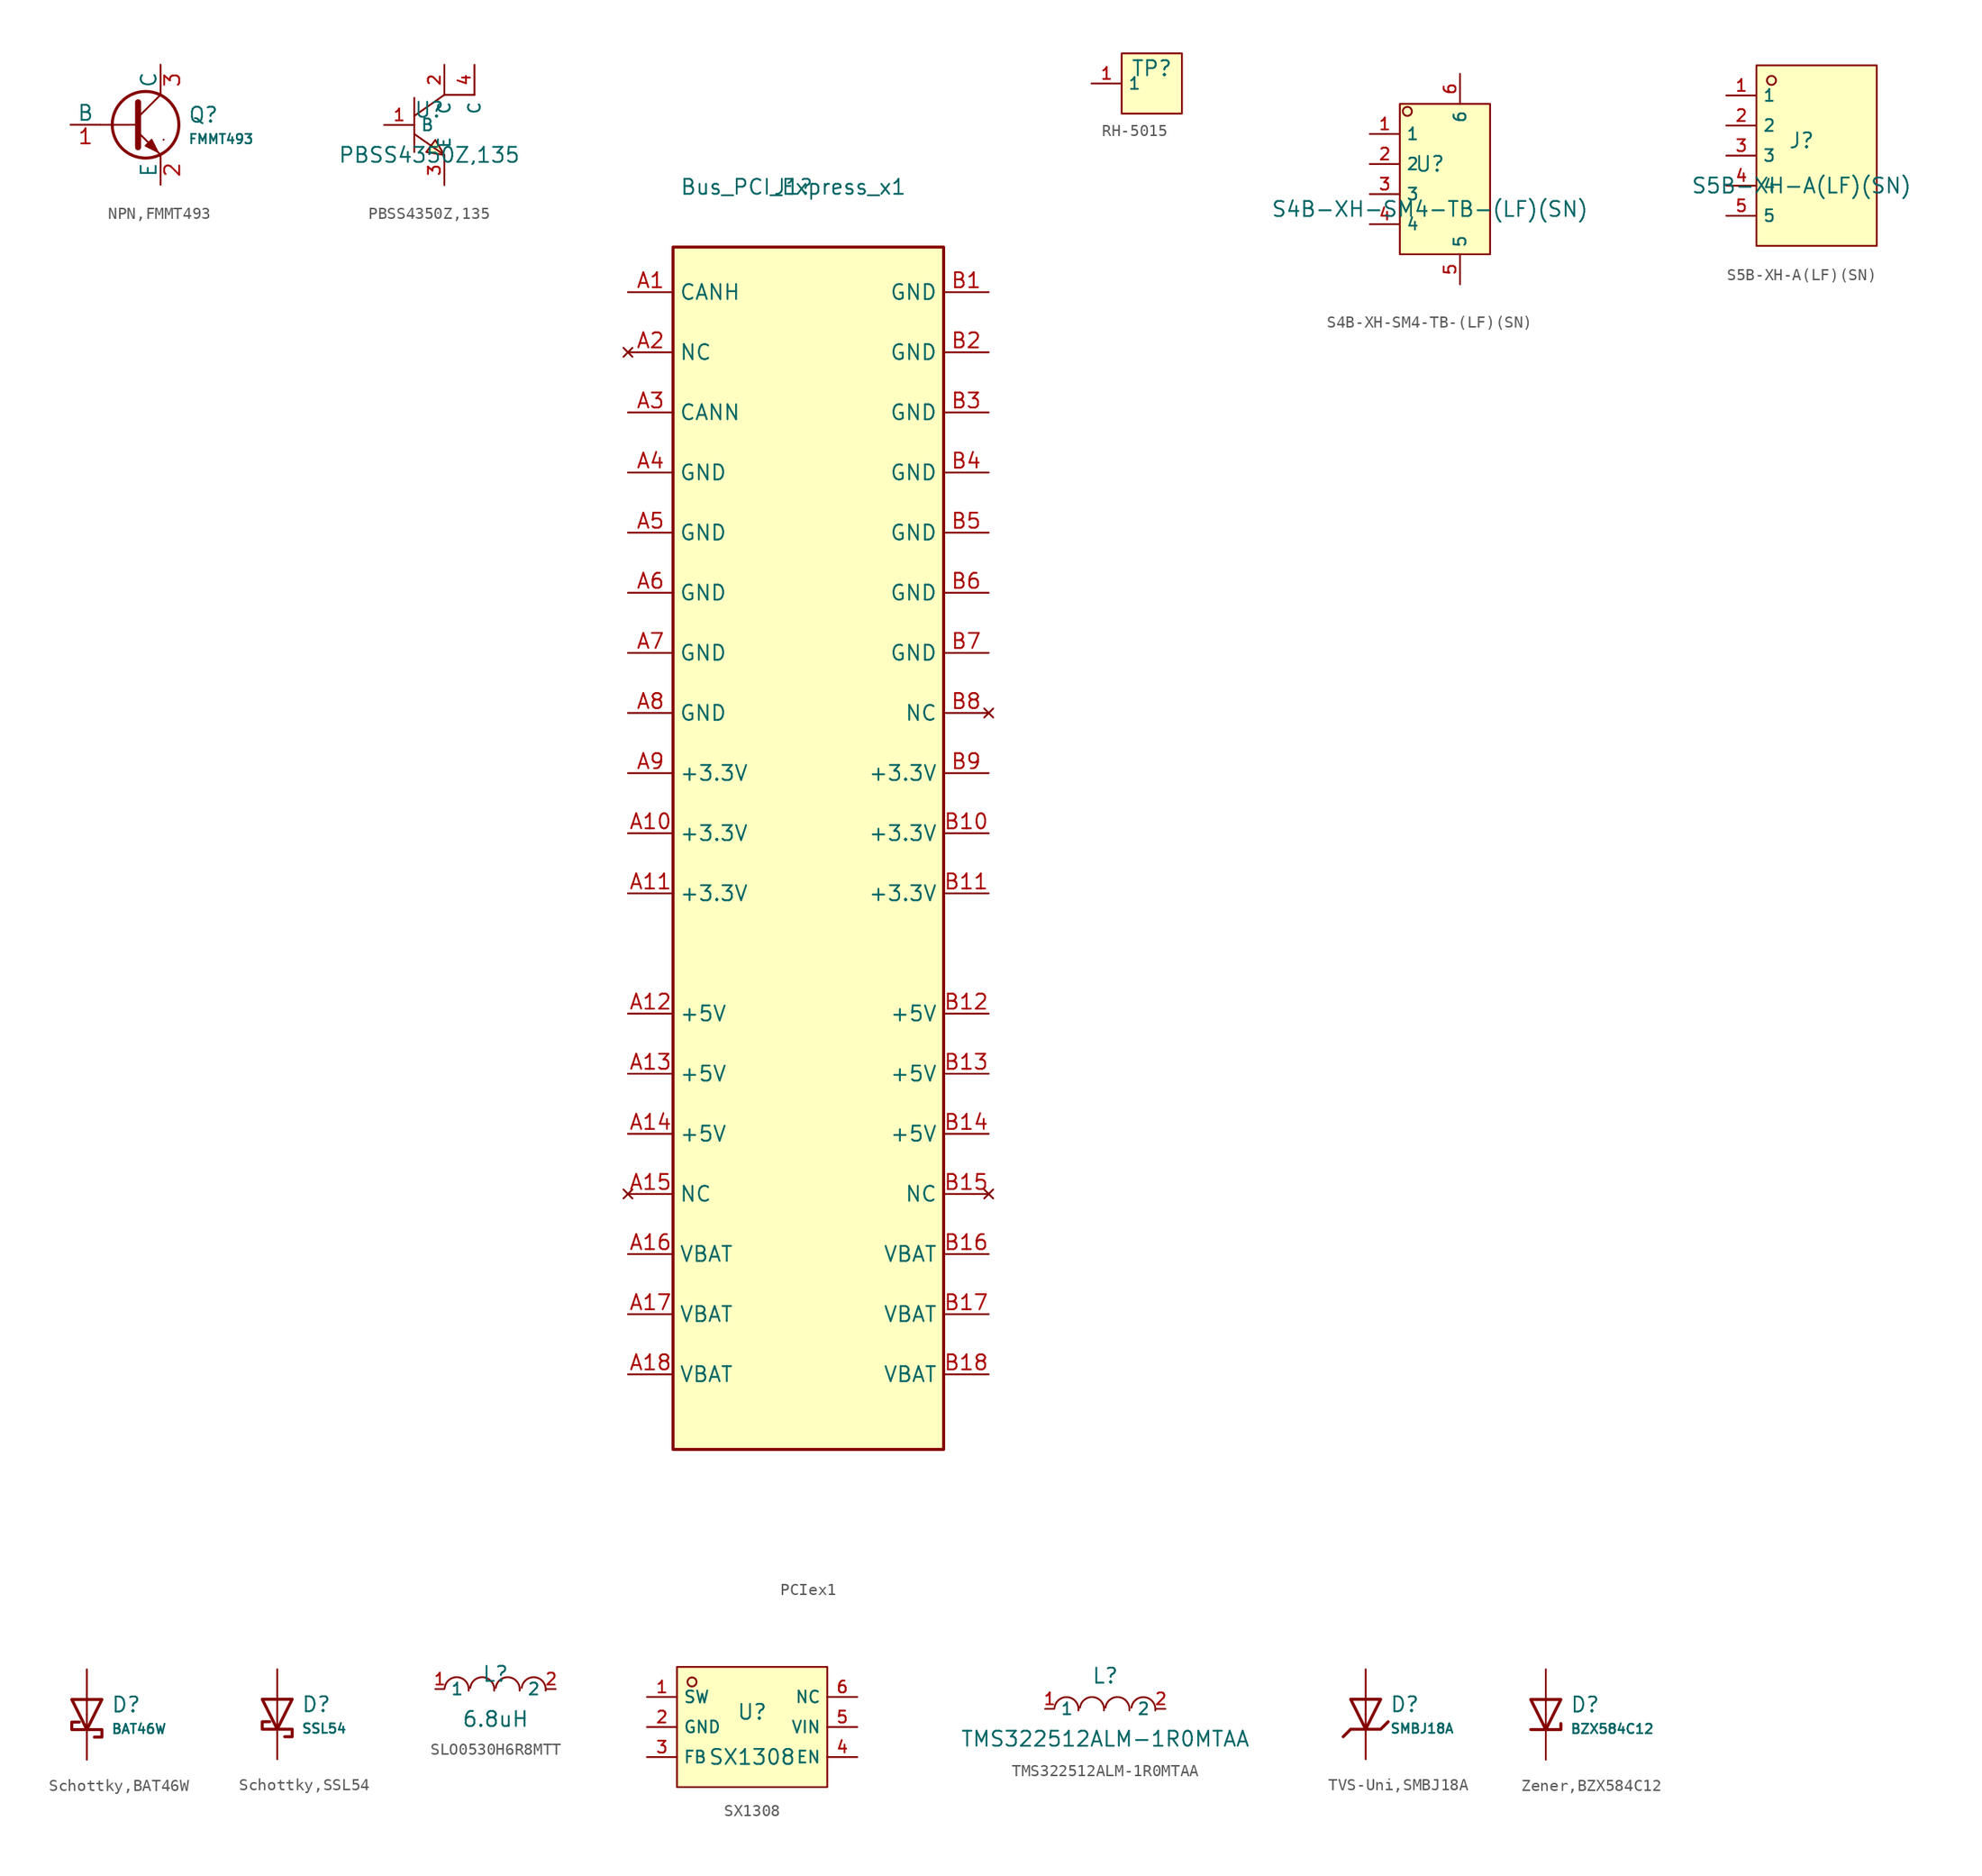
<source format=kicad_sym>
(kicad_symbol_lib
  (version 20241209)
  (generator "kicad_symbol_editor")
  (generator_version "9.0")
  (symbol "NPN,FMMT493"
    (pin_names
      (offset 0))
    (property "Reference" "Q"
      (at 4.851 0.834 0)
      (effects (font (size 1.27 1.27)) (justify left)))
    (property "Value" "FMMT493"
      (at 4.851 -1.212 0)
      (effects (font (size 0.8 0.8)) (justify left)))
    (symbol "NPN,FMMT493_0_1"
      (polyline (pts (xy -2.54 0) (xy 0.635 0)) (stroke (width 0.152) (type default)) (fill (type none)))
      (polyline (pts (xy 0.635 1.905) (xy 0.635 -1.905) (xy 0.635 -1.905)) (stroke (width 0.508) (type default)) (fill (type none)))
      (polyline (pts (xy 0.635 0.635) (xy 2.54 2.54)) (stroke (width 0) (type default)) (fill (type none)))
      (polyline (pts (xy 0.635 -0.635) (xy 2.54 -2.54) (xy 2.54 -2.54)) (stroke (width 0) (type default)) (fill (type none)))
      (circle (center 1.27 0) (radius 2.819) (stroke (width 0.254) (type default)) (fill (type none)))
      (polyline (pts (xy 1.27 -1.778) (xy 1.778 -1.27) (xy 2.286 -2.286) (xy 1.27 -1.778) (xy 1.27 -1.778)) (stroke (width 0) (type default)) (fill (type outline)))
      (polyline (pts (xy 2.794 -1.27) (xy 2.794 -1.27)) (stroke (width 0.152) (type default)) (fill (type none)))
      (polyline (pts (xy 2.794 -1.27) (xy 2.794 -1.27)) (stroke (width 0.152) (type default)) (fill (type none))))
    (symbol "NPN,FMMT493_1_1"
      (pin input line (at -5.08 0 0) (length 2.54) (name "B" (effects (font (size 1.27 1.27)))) (number "1" (effects (font (size 1.27 1.27)))))
      (pin open_collector line (at 2.54 5.08 270) (length 2.54) (name "C" (effects (font (size 1.27 1.27)))) (number "3" (effects (font (size 1.27 1.27)))))
      (pin open_emitter line (at 2.54 -5.08 90) (length 2.54) (name "E" (effects (font (size 1.27 1.27)))) (number "2" (effects (font (size 1.27 1.27)))))))
  (symbol "PBSS4350Z,135"
    (property "Reference" "U"
      (at 0 1.27 0)
      (effects (font (size 1.27 1.27))))
    (property "Value" "PBSS4350Z,135"
      (at 0 -2.54 0)
      (effects (font (size 1.27 1.27))))
    (symbol "PBSS4350Z,135_0_1"
      (polyline (pts (xy -1.27 2.286) (xy -1.27 -2.286)) (stroke (width 0) (type default)) (fill (type none)))
      (polyline (pts (xy -1.27 -0.762) (xy 1.27 -2.54)) (stroke (width 0) (type default)) (fill (type none)))
      (polyline (pts (xy 1.27 2.54) (xy -1.27 0.762)) (stroke (width 0) (type default)) (fill (type none)))
      (polyline (pts (xy 1.27 2.54) (xy 3.81 2.54)) (stroke (width 0) (type default)) (fill (type none)))
      (polyline (pts (xy 1.27 -2.54) (xy 0.508 -1.27) (xy -0.254 -2.286) (xy 1.27 -2.54)) (stroke (width 0) (type default)) (fill (type background)))
      (pin input line (at -3.81 0 0) (length 2.54) (name "B" (effects (font (size 1 1)))) (number "1" (effects (font (size 1 1)))))
      (pin input line (at 1.27 5.08 270) (length 2.54) (name "C" (effects (font (size 1 1)))) (number "2" (effects (font (size 1 1)))))
      (pin input line (at 1.27 -5.08 90) (length 2.54) (name "E" (effects (font (size 1 1)))) (number "3" (effects (font (size 1 1)))))
      (pin input line (at 3.81 5.08 270) (length 2.54) (name "C" (effects (font (size 1 1)))) (number "4" (effects (font (size 1 1)))))))
  (symbol "PCIex1"
    (property "Reference" "J1"
      (at 0 0 0)
      (effects (font (size 1.27 1.27))))
    (property "Value" "Bus_PCI_Express_x1"
      (at 0 0 0)
      (effects (font (size 1.27 1.27))))
    (symbol "PCIex1_0_1"
      (rectangle (start -10.16 -5.08) (end 12.7 -106.68) (stroke (width 0.254) (type default)) (fill (type background))))
    (symbol "PCIex1_1_1"
      (pin bidirectional line (at -13.97 -8.89 0) (length 3.81) (name "CANH" (effects (font (size 1.27 1.27)))) (number "A1" (effects (font (size 1.27 1.27)))))
      (pin no_connect line (at -13.97 -13.97 0) (length 3.81) (name "NC" (effects (font (size 1.27 1.27)))) (number "A2" (effects (font (size 1.27 1.27)))))
      (pin bidirectional line (at -13.97 -19.05 0) (length 3.81) (name "CANN" (effects (font (size 1.27 1.27)))) (number "A3" (effects (font (size 1.27 1.27)))))
      (pin power_in line (at -13.97 -24.13 0) (length 3.81) (name "GND" (effects (font (size 1.27 1.27)))) (number "A4" (effects (font (size 1.27 1.27)))))
      (pin power_in line (at -13.97 -29.21 0) (length 3.81) (name "GND" (effects (font (size 1.27 1.27)))) (number "A5" (effects (font (size 1.27 1.27)))))
      (pin power_in line (at -13.97 -34.29 0) (length 3.81) (name "GND" (effects (font (size 1.27 1.27)))) (number "A6" (effects (font (size 1.27 1.27)))))
      (pin power_in line (at -13.97 -39.37 0) (length 3.81) (name "GND" (effects (font (size 1.27 1.27)))) (number "A7" (effects (font (size 1.27 1.27)))))
      (pin power_in line (at -13.97 -44.45 0) (length 3.81) (name "GND" (effects (font (size 1.27 1.27)))) (number "A8" (effects (font (size 1.27 1.27)))))
      (pin power_in line (at -13.97 -49.53 0) (length 3.81) (name "+3.3V" (effects (font (size 1.27 1.27)))) (number "A9" (effects (font (size 1.27 1.27)))))
      (pin power_in line (at -13.97 -54.61 0) (length 3.81) (name "+3.3V" (effects (font (size 1.27 1.27)))) (number "A10" (effects (font (size 1.27 1.27)))))
      (pin power_in line (at -13.97 -59.69 0) (length 3.81) (name "+3.3V" (effects (font (size 1.27 1.27)))) (number "A11" (effects (font (size 1.27 1.27)))))
      (pin power_in line (at -13.97 -69.85 0) (length 3.81) (name "+5V" (effects (font (size 1.27 1.27)))) (number "A12" (effects (font (size 1.27 1.27)))))
      (pin power_in line (at -13.97 -74.93 0) (length 3.81) (name "+5V" (effects (font (size 1.27 1.27)))) (number "A13" (effects (font (size 1.27 1.27)))))
      (pin power_in line (at -13.97 -80.01 0) (length 3.81) (name "+5V" (effects (font (size 1.27 1.27)))) (number "A14" (effects (font (size 1.27 1.27)))))
      (pin no_connect line (at -13.97 -85.09 0) (length 3.81) (name "NC" (effects (font (size 1.27 1.27)))) (number "A15" (effects (font (size 1.27 1.27)))))
      (pin power_in line (at -13.97 -90.17 0) (length 3.81) (name "VBAT" (effects (font (size 1.27 1.27)))) (number "A16" (effects (font (size 1.27 1.27)))))
      (pin power_in line (at -13.97 -95.25 0) (length 3.81) (name "VBAT" (effects (font (size 1.27 1.27)))) (number "A17" (effects (font (size 1.27 1.27)))))
      (pin power_in line (at -13.97 -100.33 0) (length 3.81) (name "VBAT" (effects (font (size 1.27 1.27)))) (number "A18" (effects (font (size 1.27 1.27)))))
      (pin power_in line (at 16.51 -8.89 180) (length 3.81) (name "GND" (effects (font (size 1.27 1.27)))) (number "B1" (effects (font (size 1.27 1.27)))))
      (pin power_in line (at 16.51 -13.97 180) (length 3.81) (name "GND" (effects (font (size 1.27 1.27)))) (number "B2" (effects (font (size 1.27 1.27)))))
      (pin power_in line (at 16.51 -19.05 180) (length 3.81) (name "GND" (effects (font (size 1.27 1.27)))) (number "B3" (effects (font (size 1.27 1.27)))))
      (pin power_in line (at 16.51 -24.13 180) (length 3.81) (name "GND" (effects (font (size 1.27 1.27)))) (number "B4" (effects (font (size 1.27 1.27)))))
      (pin power_in line (at 16.51 -29.21 180) (length 3.81) (name "GND" (effects (font (size 1.27 1.27)))) (number "B5" (effects (font (size 1.27 1.27)))))
      (pin power_in line (at 16.51 -34.29 180) (length 3.81) (name "GND" (effects (font (size 1.27 1.27)))) (number "B6" (effects (font (size 1.27 1.27)))))
      (pin power_in line (at 16.51 -39.37 180) (length 3.81) (name "GND" (effects (font (size 1.27 1.27)))) (number "B7" (effects (font (size 1.27 1.27)))))
      (pin no_connect line (at 16.51 -44.45 180) (length 3.81) (name "NC" (effects (font (size 1.27 1.27)))) (number "B8" (effects (font (size 1.27 1.27)))))
      (pin power_in line (at 16.51 -49.53 180) (length 3.81) (name "+3.3V" (effects (font (size 1.27 1.27)))) (number "B9" (effects (font (size 1.27 1.27)))))
      (pin power_in line (at 16.51 -54.61 180) (length 3.81) (name "+3.3V" (effects (font (size 1.27 1.27)))) (number "B10" (effects (font (size 1.27 1.27)))))
      (pin power_in line (at 16.51 -59.69 180) (length 3.81) (name "+3.3V" (effects (font (size 1.27 1.27)))) (number "B11" (effects (font (size 1.27 1.27)))))
      (pin power_in line (at 16.51 -69.85 180) (length 3.81) (name "+5V" (effects (font (size 1.27 1.27)))) (number "B12" (effects (font (size 1.27 1.27)))))
      (pin power_in line (at 16.51 -74.93 180) (length 3.81) (name "+5V" (effects (font (size 1.27 1.27)))) (number "B13" (effects (font (size 1.27 1.27)))))
      (pin power_in line (at 16.51 -80.01 180) (length 3.81) (name "+5V" (effects (font (size 1.27 1.27)))) (number "B14" (effects (font (size 1.27 1.27)))))
      (pin no_connect line (at 16.51 -85.09 180) (length 3.81) (name "NC" (effects (font (size 1.27 1.27)))) (number "B15" (effects (font (size 1.27 1.27)))))
      (pin power_in line (at 16.51 -90.17 180) (length 3.81) (name "VBAT" (effects (font (size 1.27 1.27)))) (number "B16" (effects (font (size 1.27 1.27)))))
      (pin power_in line (at 16.51 -95.25 180) (length 3.81) (name "VBAT" (effects (font (size 1.27 1.27)))) (number "B17" (effects (font (size 1.27 1.27)))))
      (pin power_in line (at 16.51 -100.33 180) (length 3.81) (name "VBAT" (effects (font (size 1.27 1.27)))) (number "B18" (effects (font (size 1.27 1.27)))))))
  (symbol "RH-5015"
    (property "Reference" "TP"
      (at 0 1.27 0)
      (effects (font (size 1.27 1.27))))
    (symbol "RH-5015_0_1"
      (rectangle (start -2.54 2.54) (end 2.54 -2.54) (stroke (width 0) (type default)) (fill (type background)))
      (pin unspecified line (at -5.08 0 0) (length 2.54) (name "1" (effects (font (size 1 1)))) (number "1" (effects (font (size 1 1)))))))
  (symbol "S4B-XH-SM4-TB-(LF)(SN)"
    (property "Reference" "U"
      (at 0 1.27 0)
      (effects (font (size 1.27 1.27))))
    (property "Value" "S4B-XH-SM4-TB-(LF)(SN)"
      (at 0 -2.54 0)
      (effects (font (size 1.27 1.27))))
    (symbol "S4B-XH-SM4-TB-(LF)(SN)_0_1"
      (rectangle (start -2.54 6.35) (end 5.08 -6.35) (stroke (width 0) (type default)) (fill (type background)))
      (circle (center -1.905 5.715) (radius 0.381) (stroke (width 0) (type default)) (fill (type background)))
      (pin unspecified line (at -5.08 3.81 0) (length 2.54) (name "1" (effects (font (size 1 1)))) (number "1" (effects (font (size 1 1)))))
      (pin unspecified line (at -5.08 1.27 0) (length 2.54) (name "2" (effects (font (size 1 1)))) (number "2" (effects (font (size 1 1)))))
      (pin unspecified line (at -5.08 -1.27 0) (length 2.54) (name "3" (effects (font (size 1 1)))) (number "3" (effects (font (size 1 1)))))
      (pin unspecified line (at -5.08 -3.81 0) (length 2.54) (name "4" (effects (font (size 1 1)))) (number "4" (effects (font (size 1 1)))))
      (pin unspecified line (at 2.54 8.89 270) (length 2.54) (name "6" (effects (font (size 1 1)))) (number "6" (effects (font (size 1 1)))))
      (pin unspecified line (at 2.54 -8.89 90) (length 2.54) (name "5" (effects (font (size 1 1)))) (number "5" (effects (font (size 1 1)))))))
  (symbol "S5B-XH-A(LF)(SN)"
    (property "Reference" "J"
      (at 0 1.27 0)
      (effects (font (size 1.27 1.27))))
    (property "Value" "S5B-XH-A(LF)(SN)"
      (at 0 -2.54 0)
      (effects (font (size 1.27 1.27))))
    (symbol "S5B-XH-A(LF)(SN)_0_1"
      (rectangle (start -3.81 7.62) (end 6.35 -7.62) (stroke (width 0) (type default)) (fill (type background)))
      (circle (center -2.54 6.35) (radius 0.381) (stroke (width 0) (type default)) (fill (type background)))
      (pin unspecified line (at -6.35 5.08 0) (length 2.54) (name "1" (effects (font (size 1 1)))) (number "1" (effects (font (size 1 1)))))
      (pin unspecified line (at -6.35 2.54 0) (length 2.54) (name "2" (effects (font (size 1 1)))) (number "2" (effects (font (size 1 1)))))
      (pin unspecified line (at -6.35 0 0) (length 2.54) (name "3" (effects (font (size 1 1)))) (number "3" (effects (font (size 1 1)))))
      (pin unspecified line (at -6.35 -2.54 0) (length 2.54) (name "4" (effects (font (size 1 1)))) (number "4" (effects (font (size 1 1)))))
      (pin unspecified line (at -6.35 -5.08 0) (length 2.54) (name "5" (effects (font (size 1 1)))) (number "5" (effects (font (size 1 1)))))))
  (symbol "Schottky,BAT46W"
    (pin_numbers
      (hide yes))
    (pin_names
      (offset 0))
    (property "Reference" "D"
      (at 2.032 0.834 0)
      (effects (font (size 1.27 1.27)) (justify left)))
    (property "Value" "BAT46W"
      (at 2.032 -1.212 0)
      (effects (font (size 0.8 0.8)) (justify left)))
    (symbol "Schottky,BAT46W_0_1"
      (polyline (pts (xy -1.27 1.27) (xy 0 -1.27) (xy 1.27 1.27) (xy -1.27 1.27)) (stroke (width 0.254) (type default)) (fill (type none)))
      (polyline (pts (xy 0.635 -1.905) (xy 1.27 -1.905) (xy 1.27 -1.27) (xy -1.27 -1.27) (xy -1.27 -0.635) (xy -0.635 -0.635)) (stroke (width 0.254) (type default)) (fill (type none))))
    (symbol "Schottky,BAT46W_1_1"
      (pin passive line (at 0 3.81 270) (length 3.81) (name "~" (effects (font (size 1.27 1.27)))) (number "2" (effects (font (size 1.27 1.27)))))
      (pin passive line (at 0 -3.81 90) (length 3.81) (name "~" (effects (font (size 1.27 1.27)))) (number "1" (effects (font (size 1.27 1.27)))))))
  (symbol "Schottky,SSL54"
    (pin_numbers
      (hide yes))
    (pin_names
      (offset 0))
    (property "Reference" "D"
      (at 2.032 0.834 0)
      (effects (font (size 1.27 1.27)) (justify left)))
    (property "Value" "SSL54"
      (at 2.032 -1.212 0)
      (effects (font (size 0.8 0.8)) (justify left)))
    (symbol "Schottky,SSL54_0_1"
      (polyline (pts (xy -1.27 1.27) (xy 0 -1.27) (xy 1.27 1.27) (xy -1.27 1.27)) (stroke (width 0.254) (type default)) (fill (type none)))
      (polyline (pts (xy 0.635 -1.905) (xy 1.27 -1.905) (xy 1.27 -1.27) (xy -1.27 -1.27) (xy -1.27 -0.635) (xy -0.635 -0.635)) (stroke (width 0.254) (type default)) (fill (type none))))
    (symbol "Schottky,SSL54_1_1"
      (pin passive line (at 0 3.81 270) (length 3.81) (name "~" (effects (font (size 1.27 1.27)))) (number "2" (effects (font (size 1.27 1.27)))))
      (pin passive line (at 0 -3.81 90) (length 3.81) (name "~" (effects (font (size 1.27 1.27)))) (number "1" (effects (font (size 1.27 1.27)))))))
  (symbol "SLO0530H6R8MTT"
    (property "Reference" "L"
      (at 0 1.27 0)
      (effects (font (size 1.27 1.27))))
    (property "Value" "6.8uH"
      (at 0 -2.54 0)
      (effects (font (size 1.27 1.27))))
    (symbol "SLO0530H6R8MTT_0_1"
      (arc (start -4.2859 0.1013) (mid -3.1589 0.9927) (end -2.2676 -0.1342) (stroke (width 0) (type default)) (fill (type none)))
      (arc (start -2.1312 0.1006) (mid -1.0043 0.9919) (end -0.1129 -0.1348) (stroke (width 0) (type default)) (fill (type none)))
      (arc (start 0.0194 0.1006) (mid 1.1462 0.9918) (end 2.0377 -0.1348) (stroke (width 0) (type default)) (fill (type none)))
      (arc (start 2.2122 0.1012) (mid 3.339 0.9925) (end 4.2305 -0.1343) (stroke (width 0) (type default)) (fill (type none)))
      (pin unspecified line (at -5.08 0 0) (length 0.762) (name "1" (effects (font (size 1 1)))) (number "1" (effects (font (size 1 1)))))
      (pin unspecified line (at 5.08 0 180) (length 0.762) (name "2" (effects (font (size 1 1)))) (number "2" (effects (font (size 1 1)))))))
  (symbol "SX1308"
    (property "Reference" "U"
      (at 0 1.27 0)
      (effects (font (size 1.27 1.27))))
    (property "Value" "SX1308"
      (at 0 -2.54 0)
      (effects (font (size 1.27 1.27))))
    (symbol "SX1308_0_1"
      (rectangle (start -6.35 5.08) (end 6.35 -5.08) (stroke (width 0) (type default)) (fill (type background)))
      (circle (center -5.08 3.81) (radius 0.381) (stroke (width 0) (type default)) (fill (type background)))
      (pin unspecified line (at -8.89 2.54 0) (length 2.54) (name "SW" (effects (font (size 1 1)))) (number "1" (effects (font (size 1 1)))))
      (pin unspecified line (at -8.89 0 0) (length 2.54) (name "GND" (effects (font (size 1 1)))) (number "2" (effects (font (size 1 1)))))
      (pin unspecified line (at -8.89 -2.54 0) (length 2.54) (name "FB" (effects (font (size 1 1)))) (number "3" (effects (font (size 1 1)))))
      (pin unspecified line (at 8.89 2.54 180) (length 2.54) (name "NC" (effects (font (size 1 1)))) (number "6" (effects (font (size 1 1)))))
      (pin unspecified line (at 8.89 0 180) (length 2.54) (name "VIN" (effects (font (size 1 1)))) (number "5" (effects (font (size 1 1)))))
      (pin unspecified line (at 8.89 -2.54 180) (length 2.54) (name "EN" (effects (font (size 1 1)))) (number "4" (effects (font (size 1 1)))))))
  (symbol "TMS322512ALM-1R0MTAA"
    (property "Reference" "L"
      (at 0 2.794 0)
      (effects (font (size 1.27 1.27))))
    (property "Value" "TMS322512ALM-1R0MTAA"
      (at 0 -2.54 0)
      (effects (font (size 1.27 1.27))))
    (symbol "TMS322512ALM-1R0MTAA_0_1"
      (arc (start -4.2859 0.1012) (mid -3.159 0.9924) (end -2.2676 -0.1344) (stroke (width 0) (type default)) (fill (type none)))
      (arc (start -2.1312 0.1005) (mid -1.0042 0.9919) (end -0.1129 -0.135) (stroke (width 0) (type default)) (fill (type none)))
      (arc (start 0.0194 0.1005) (mid 1.1462 0.9917) (end 2.0377 -0.135) (stroke (width 0) (type default)) (fill (type none)))
      (arc (start 2.2122 0.101) (mid 3.339 0.9923) (end 4.2305 -0.1345) (stroke (width 0) (type default)) (fill (type none)))
      (pin unspecified line (at -5.08 0 0) (length 0.762) (name "1" (effects (font (size 1 1)))) (number "1" (effects (font (size 1 1)))))
      (pin unspecified line (at 5.08 0 180) (length 0.762) (name "2" (effects (font (size 1 1)))) (number "2" (effects (font (size 1 1)))))))
  (symbol "TVS-Uni,SMBJ18A"
    (pin_numbers
      (hide yes))
    (pin_names
      (offset 0))
    (property "Reference" "D"
      (at 2.032 0.834 0)
      (effects (font (size 1.27 1.27)) (justify left)))
    (property "Value" "SMBJ18A"
      (at 2.032 -1.212 0)
      (effects (font (size 0.8 0.8)) (justify left)))
    (symbol "TVS-Uni,SMBJ18A_0_1"
      (polyline (pts (xy -1.905 -1.905) (xy -1.27 -1.27) (xy 1.27 -1.27) (xy 1.905 -0.635)) (stroke (width 0.254) (type default)) (fill (type none)))
      (polyline (pts (xy -1.27 1.27) (xy 0 -1.27) (xy 1.27 1.27) (xy -1.27 1.27)) (stroke (width 0.254) (type default)) (fill (type none))))
    (symbol "TVS-Uni,SMBJ18A_1_1"
      (pin passive line (at 0 3.81 270) (length 3.81) (name "~" (effects (font (size 1.27 1.27)))) (number "2" (effects (font (size 1.27 1.27)))))
      (pin passive line (at 0 -3.81 90) (length 3.81) (name "~" (effects (font (size 1.27 1.27)))) (number "1" (effects (font (size 1.27 1.27)))))))
  (symbol "Zener,BZX584C12"
    (pin_numbers
      (hide yes))
    (pin_names
      (offset 0))
    (property "Reference" "D"
      (at 2.032 0.834 0)
      (effects (font (size 1.27 1.27)) (justify left)))
    (property "Value" "BZX584C12"
      (at 2.032 -1.212 0)
      (effects (font (size 0.8 0.8)) (justify left)))
    (symbol "Zener,BZX584C12_0_1"
      (polyline (pts (xy -1.27 1.27) (xy 0 -1.27) (xy 1.27 1.27) (xy -1.27 1.27)) (stroke (width 0.254) (type default)) (fill (type none)))
      (polyline (pts (xy -1.27 -1.27) (xy 1.27 -1.27) (xy 1.27 -0.762)) (stroke (width 0.254) (type default)) (fill (type none))))
    (symbol "Zener,BZX584C12_1_1"
      (pin passive line (at 0 3.81 270) (length 3.81) (name "~" (effects (font (size 1.27 1.27)))) (number "2" (effects (font (size 1.27 1.27)))))
      (pin passive line (at 0 -3.81 90) (length 3.81) (name "~" (effects (font (size 1.27 1.27)))) (number "1" (effects (font (size 1.27 1.27))))))))
</source>
